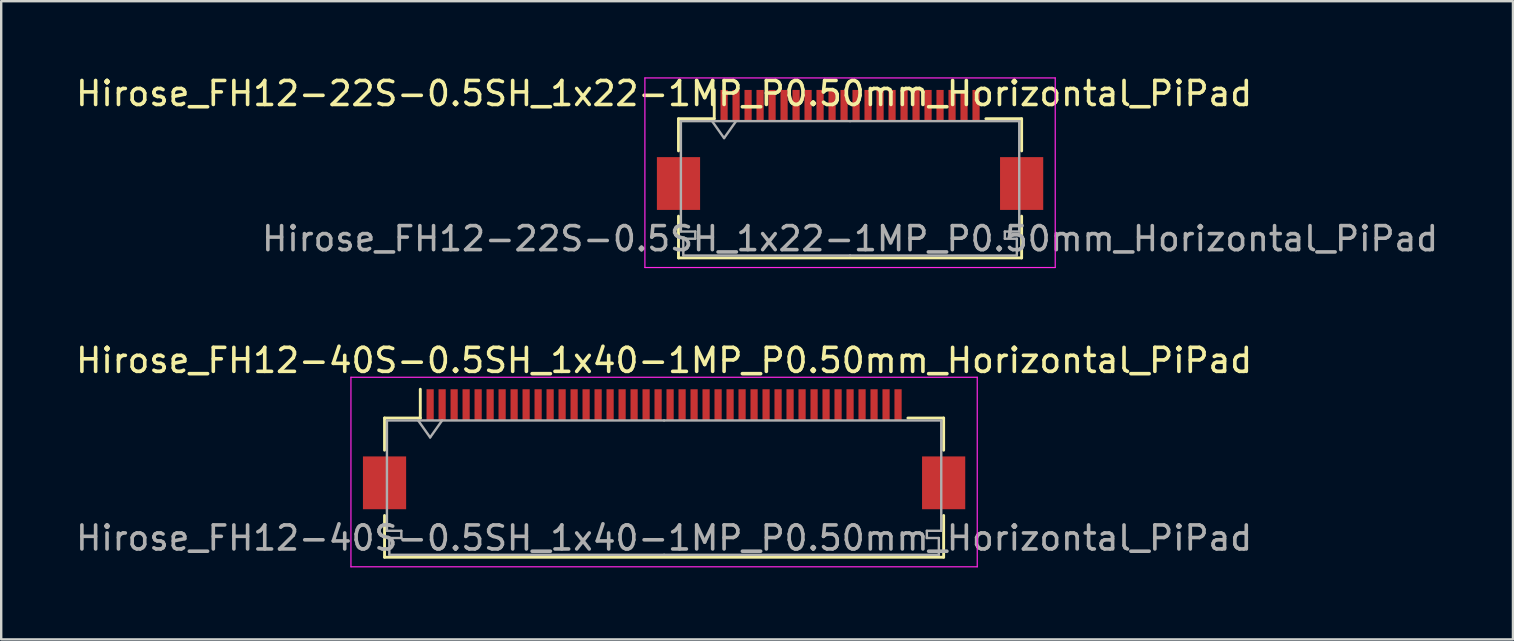
<source format=kicad_pcb>
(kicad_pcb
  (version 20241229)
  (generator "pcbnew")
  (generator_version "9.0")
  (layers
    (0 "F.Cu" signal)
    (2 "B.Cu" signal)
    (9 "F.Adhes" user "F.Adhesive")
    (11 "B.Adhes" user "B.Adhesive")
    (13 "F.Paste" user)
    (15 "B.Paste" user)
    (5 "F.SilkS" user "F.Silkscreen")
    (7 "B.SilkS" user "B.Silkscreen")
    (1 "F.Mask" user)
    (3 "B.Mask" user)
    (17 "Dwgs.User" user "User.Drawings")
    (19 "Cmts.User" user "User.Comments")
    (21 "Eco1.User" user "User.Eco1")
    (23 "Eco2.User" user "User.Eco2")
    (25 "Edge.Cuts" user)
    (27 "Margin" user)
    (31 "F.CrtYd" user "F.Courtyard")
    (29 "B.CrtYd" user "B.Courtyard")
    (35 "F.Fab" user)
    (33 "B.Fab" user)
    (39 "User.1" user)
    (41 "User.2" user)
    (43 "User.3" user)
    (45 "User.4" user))
  (footprint "Hirose_FH12-40S-0.5SH_1x40-1MP_P0.50mm_Horizontal_PiPad"
    (layer "F.Cu")
    (at 24.625 15.671)
    (property "Reference" "Hirose_FH12-40S-0.5SH_1x40-1MP_P0.50mm_Horizontal_PiPad" (at 0 -3.7 0) (layer "F.SilkS") (effects (font (size 1 1) (thickness 0.15))))
    (attr smd)
    (fp_line (start -11.65 -1.3) (end -11.65 0.04) (stroke (width 0.12) (type solid)) (layer "F.SilkS"))
    (fp_line (start -11.65 2.76) (end -11.65 4.5) (stroke (width 0.12) (type solid)) (layer "F.SilkS"))
    (fp_line (start -11.65 4.5) (end 11.65 4.5) (stroke (width 0.12) (type solid)) (layer "F.SilkS"))
    (fp_line (start -10.16 -1.3) (end -11.65 -1.3) (stroke (width 0.12) (type solid)) (layer "F.SilkS"))
    (fp_line (start -10.16 -1.3) (end -10.16 -2.5) (stroke (width 0.12) (type solid)) (layer "F.SilkS"))
    (fp_line (start 10.16 -1.3) (end 11.65 -1.3) (stroke (width 0.12) (type solid)) (layer "F.SilkS"))
    (fp_line (start 11.65 -1.3) (end 11.65 0.04) (stroke (width 0.12) (type solid)) (layer "F.SilkS"))
    (fp_line (start 11.65 4.5) (end 11.65 2.76) (stroke (width 0.12) (type solid)) (layer "F.SilkS"))
    (fp_line (start -13.05 -3) (end -13.05 4.9) (stroke (width 0.05) (type solid)) (layer "F.CrtYd"))
    (fp_line (start -13.05 4.9) (end 13.05 4.9) (stroke (width 0.05) (type solid)) (layer "F.CrtYd"))
    (fp_line (start 13.05 -3) (end -13.05 -3) (stroke (width 0.05) (type solid)) (layer "F.CrtYd"))
    (fp_line (start 13.05 4.9) (end 13.05 -3) (stroke (width 0.05) (type solid)) (layer "F.CrtYd"))
    (fp_line (start -11.55 -1.2) (end -11.55 3.4) (stroke (width 0.1) (type solid)) (layer "F.Fab"))
    (fp_line (start -11.55 3.4) (end -10.95 3.4) (stroke (width 0.1) (type solid)) (layer "F.Fab"))
    (fp_line (start -11.45 3.7) (end -11.45 4.4) (stroke (width 0.1) (type solid)) (layer "F.Fab"))
    (fp_line (start -11.45 4.4) (end 0 4.4) (stroke (width 0.1) (type solid)) (layer "F.Fab"))
    (fp_line (start -10.95 3.4) (end -10.95 3.7) (stroke (width 0.1) (type solid)) (layer "F.Fab"))
    (fp_line (start -10.95 3.7) (end -11.45 3.7) (stroke (width 0.1) (type solid)) (layer "F.Fab"))
    (fp_line (start -10.25 -1.2) (end -9.75 -0.493) (stroke (width 0.1) (type solid)) (layer "F.Fab"))
    (fp_line (start -9.75 -0.493) (end -9.25 -1.2) (stroke (width 0.1) (type solid)) (layer "F.Fab"))
    (fp_line (start 0 -1.2) (end -11.55 -1.2) (stroke (width 0.1) (type solid)) (layer "F.Fab"))
    (fp_line (start 0 -1.2) (end 11.55 -1.2) (stroke (width 0.1) (type solid)) (layer "F.Fab"))
    (fp_line (start 10.95 3.4) (end 10.95 3.7) (stroke (width 0.1) (type solid)) (layer "F.Fab"))
    (fp_line (start 10.95 3.7) (end 11.45 3.7) (stroke (width 0.1) (type solid)) (layer "F.Fab"))
    (fp_line (start 11.45 3.7) (end 11.45 4.4) (stroke (width 0.1) (type solid)) (layer "F.Fab"))
    (fp_line (start 11.45 4.4) (end 0 4.4) (stroke (width 0.1) (type solid)) (layer "F.Fab"))
    (fp_line (start 11.55 -1.2) (end 11.55 3.4) (stroke (width 0.1) (type solid)) (layer "F.Fab"))
    (fp_line (start 11.55 3.4) (end 10.95 3.4) (stroke (width 0.1) (type solid)) (layer "F.Fab"))
    (fp_text user "${REFERENCE}" (at 0 3.7 0) (layer "F.Fab") (effects (font (size 1 1) (thickness 0.15))))
    (pad "1" smd rect (at 9.75 -1.85) (size 0.3 1.3) (layers "F.Cu" "F.Mask" "F.Paste"))
    (pad "2" smd rect (at 9.25 -1.85) (size 0.3 1.3) (layers "F.Cu" "F.Mask" "F.Paste"))
    (pad "3" smd rect (at 8.75 -1.85) (size 0.3 1.3) (layers "F.Cu" "F.Mask" "F.Paste"))
    (pad "4" smd rect (at 8.25 -1.85) (size 0.3 1.3) (layers "F.Cu" "F.Mask" "F.Paste"))
    (pad "5" smd rect (at 7.75 -1.85) (size 0.3 1.3) (layers "F.Cu" "F.Mask" "F.Paste"))
    (pad "6" smd rect (at 7.25 -1.85) (size 0.3 1.3) (layers "F.Cu" "F.Mask" "F.Paste"))
    (pad "7" smd rect (at 6.75 -1.85) (size 0.3 1.3) (layers "F.Cu" "F.Mask" "F.Paste"))
    (pad "8" smd rect (at 6.25 -1.85) (size 0.3 1.3) (layers "F.Cu" "F.Mask" "F.Paste"))
    (pad "9" smd rect (at 5.75 -1.85) (size 0.3 1.3) (layers "F.Cu" "F.Mask" "F.Paste"))
    (pad "10" smd rect (at 5.25 -1.85) (size 0.3 1.3) (layers "F.Cu" "F.Mask" "F.Paste"))
    (pad "11" smd rect (at 4.75 -1.85) (size 0.3 1.3) (layers "F.Cu" "F.Mask" "F.Paste"))
    (pad "12" smd rect (at 4.25 -1.85) (size 0.3 1.3) (layers "F.Cu" "F.Mask" "F.Paste"))
    (pad "13" smd rect (at 3.75 -1.85) (size 0.3 1.3) (layers "F.Cu" "F.Mask" "F.Paste"))
    (pad "14" smd rect (at 3.25 -1.85) (size 0.3 1.3) (layers "F.Cu" "F.Mask" "F.Paste"))
    (pad "15" smd rect (at 2.75 -1.85) (size 0.3 1.3) (layers "F.Cu" "F.Mask" "F.Paste"))
    (pad "16" smd rect (at 2.25 -1.85) (size 0.3 1.3) (layers "F.Cu" "F.Mask" "F.Paste"))
    (pad "17" smd rect (at 1.75 -1.85) (size 0.3 1.3) (layers "F.Cu" "F.Mask" "F.Paste"))
    (pad "18" smd rect (at 1.25 -1.85) (size 0.3 1.3) (layers "F.Cu" "F.Mask" "F.Paste"))
    (pad "19" smd rect (at 0.75 -1.85) (size 0.3 1.3) (layers "F.Cu" "F.Mask" "F.Paste"))
    (pad "20" smd rect (at 0.25 -1.85) (size 0.3 1.3) (layers "F.Cu" "F.Mask" "F.Paste"))
    (pad "21" smd rect (at -0.25 -1.85) (size 0.3 1.3) (layers "F.Cu" "F.Mask" "F.Paste"))
    (pad "22" smd rect (at -0.75 -1.85) (size 0.3 1.3) (layers "F.Cu" "F.Mask" "F.Paste"))
    (pad "23" smd rect (at -1.25 -1.85) (size 0.3 1.3) (layers "F.Cu" "F.Mask" "F.Paste"))
    (pad "24" smd rect (at -1.75 -1.85) (size 0.3 1.3) (layers "F.Cu" "F.Mask" "F.Paste"))
    (pad "25" smd rect (at -2.25 -1.85) (size 0.3 1.3) (layers "F.Cu" "F.Mask" "F.Paste"))
    (pad "26" smd rect (at -2.75 -1.85) (size 0.3 1.3) (layers "F.Cu" "F.Mask" "F.Paste"))
    (pad "27" smd rect (at -3.25 -1.85) (size 0.3 1.3) (layers "F.Cu" "F.Mask" "F.Paste"))
    (pad "28" smd rect (at -3.75 -1.85) (size 0.3 1.3) (layers "F.Cu" "F.Mask" "F.Paste"))
    (pad "29" smd rect (at -4.25 -1.85) (size 0.3 1.3) (layers "F.Cu" "F.Mask" "F.Paste"))
    (pad "30" smd rect (at -4.75 -1.85) (size 0.3 1.3) (layers "F.Cu" "F.Mask" "F.Paste"))
    (pad "31" smd rect (at -5.25 -1.85) (size 0.3 1.3) (layers "F.Cu" "F.Mask" "F.Paste"))
    (pad "32" smd rect (at -5.75 -1.85) (size 0.3 1.3) (layers "F.Cu" "F.Mask" "F.Paste"))
    (pad "33" smd rect (at -6.25 -1.85) (size 0.3 1.3) (layers "F.Cu" "F.Mask" "F.Paste"))
    (pad "34" smd rect (at -6.75 -1.85) (size 0.3 1.3) (layers "F.Cu" "F.Mask" "F.Paste"))
    (pad "35" smd rect (at -7.25 -1.85) (size 0.3 1.3) (layers "F.Cu" "F.Mask" "F.Paste"))
    (pad "36" smd rect (at -7.75 -1.85) (size 0.3 1.3) (layers "F.Cu" "F.Mask" "F.Paste"))
    (pad "37" smd rect (at -8.25 -1.85) (size 0.3 1.3) (layers "F.Cu" "F.Mask" "F.Paste"))
    (pad "38" smd rect (at -8.75 -1.85) (size 0.3 1.3) (layers "F.Cu" "F.Mask" "F.Paste"))
    (pad "39" smd rect (at -9.25 -1.85) (size 0.3 1.3) (layers "F.Cu" "F.Mask" "F.Paste"))
    (pad "40" smd rect (at -9.75 -1.85) (size 0.3 1.3) (layers "F.Cu" "F.Mask" "F.Paste"))
    (pad "MP" smd rect (at -11.65 1.4) (size 1.8 2.2) (layers "F.Cu" "F.Mask" "F.Paste"))
    (pad "MP" smd rect (at 11.65 1.4) (size 1.8 2.2) (layers "F.Cu" "F.Mask" "F.Paste")))
  (footprint "Hirose_FH12-22S-0.5SH_1x22-1MP_P0.50mm_Horizontal_PiPad"
    (layer "F.Cu")
    (at 32.375 3.198)
    (property "Reference" "Hirose_FH12-22S-0.5SH_1x22-1MP_P0.50mm_Horizontal_PiPad" (at -7.75 -2.35 0) (layer "F.SilkS") (effects (font (size 1 1) (thickness 0.15))))
    (attr smd)
    (fp_line (start -7.15 -1.3) (end -7.15 0.04) (stroke (width 0.12) (type solid)) (layer "F.SilkS"))
    (fp_line (start -7.15 2.76) (end -7.15 4.5) (stroke (width 0.12) (type solid)) (layer "F.SilkS"))
    (fp_line (start -7.15 4.5) (end 7.15 4.5) (stroke (width 0.12) (type solid)) (layer "F.SilkS"))
    (fp_line (start -5.66 -1.3) (end -7.15 -1.3) (stroke (width 0.12) (type solid)) (layer "F.SilkS"))
    (fp_line (start -5.66 -1.3) (end -5.66 -2.5) (stroke (width 0.12) (type solid)) (layer "F.SilkS"))
    (fp_line (start 5.66 -1.3) (end 7.15 -1.3) (stroke (width 0.12) (type solid)) (layer "F.SilkS"))
    (fp_line (start 7.15 -1.3) (end 7.15 0.04) (stroke (width 0.12) (type solid)) (layer "F.SilkS"))
    (fp_line (start 7.15 4.5) (end 7.15 2.76) (stroke (width 0.12) (type solid)) (layer "F.SilkS"))
    (fp_line (start -8.55 -3) (end -8.55 4.9) (stroke (width 0.05) (type solid)) (layer "F.CrtYd"))
    (fp_line (start -8.55 4.9) (end 8.55 4.9) (stroke (width 0.05) (type solid)) (layer "F.CrtYd"))
    (fp_line (start 8.55 -3) (end -8.55 -3) (stroke (width 0.05) (type solid)) (layer "F.CrtYd"))
    (fp_line (start 8.55 4.9) (end 8.55 -3) (stroke (width 0.05) (type solid)) (layer "F.CrtYd"))
    (fp_line (start -7.05 -1.2) (end -7.05 3.4) (stroke (width 0.1) (type solid)) (layer "F.Fab"))
    (fp_line (start -7.05 3.4) (end -6.45 3.4) (stroke (width 0.1) (type solid)) (layer "F.Fab"))
    (fp_line (start -6.95 3.7) (end -6.95 4.4) (stroke (width 0.1) (type solid)) (layer "F.Fab"))
    (fp_line (start -6.95 4.4) (end 0 4.4) (stroke (width 0.1) (type solid)) (layer "F.Fab"))
    (fp_line (start -6.45 3.4) (end -6.45 3.7) (stroke (width 0.1) (type solid)) (layer "F.Fab"))
    (fp_line (start -6.45 3.7) (end -6.95 3.7) (stroke (width 0.1) (type solid)) (layer "F.Fab"))
    (fp_line (start -5.75 -1.2) (end -5.25 -0.493) (stroke (width 0.1) (type solid)) (layer "F.Fab"))
    (fp_line (start -5.25 -0.493) (end -4.75 -1.2) (stroke (width 0.1) (type solid)) (layer "F.Fab"))
    (fp_line (start 0 -1.2) (end -7.05 -1.2) (stroke (width 0.1) (type solid)) (layer "F.Fab"))
    (fp_line (start 0 -1.2) (end 7.05 -1.2) (stroke (width 0.1) (type solid)) (layer "F.Fab"))
    (fp_line (start 6.45 3.4) (end 6.45 3.7) (stroke (width 0.1) (type solid)) (layer "F.Fab"))
    (fp_line (start 6.45 3.7) (end 6.95 3.7) (stroke (width 0.1) (type solid)) (layer "F.Fab"))
    (fp_line (start 6.95 3.7) (end 6.95 4.4) (stroke (width 0.1) (type solid)) (layer "F.Fab"))
    (fp_line (start 6.95 4.4) (end 0 4.4) (stroke (width 0.1) (type solid)) (layer "F.Fab"))
    (fp_line (start 7.05 -1.2) (end 7.05 3.4) (stroke (width 0.1) (type solid)) (layer "F.Fab"))
    (fp_line (start 7.05 3.4) (end 6.45 3.4) (stroke (width 0.1) (type solid)) (layer "F.Fab"))
    (fp_text user "${REFERENCE}" (at 0 3.7 0) (layer "F.Fab") (effects (font (size 1 1) (thickness 0.15))))
    (pad "1" smd rect (at 5.25 -1.85) (size 0.3 1.3) (layers "F.Cu" "F.Mask" "F.Paste"))
    (pad "2" smd rect (at 4.75 -1.85) (size 0.3 1.3) (layers "F.Cu" "F.Mask" "F.Paste"))
    (pad "3" smd rect (at 4.25 -1.85) (size 0.3 1.3) (layers "F.Cu" "F.Mask" "F.Paste"))
    (pad "4" smd rect (at 3.75 -1.85) (size 0.3 1.3) (layers "F.Cu" "F.Mask" "F.Paste"))
    (pad "5" smd rect (at 3.25 -1.85) (size 0.3 1.3) (layers "F.Cu" "F.Mask" "F.Paste"))
    (pad "6" smd rect (at 2.75 -1.85) (size 0.3 1.3) (layers "F.Cu" "F.Mask" "F.Paste"))
    (pad "7" smd rect (at 2.25 -1.85) (size 0.3 1.3) (layers "F.Cu" "F.Mask" "F.Paste"))
    (pad "8" smd rect (at 1.75 -1.85) (size 0.3 1.3) (layers "F.Cu" "F.Mask" "F.Paste"))
    (pad "9" smd rect (at 1.25 -1.85) (size 0.3 1.3) (layers "F.Cu" "F.Mask" "F.Paste"))
    (pad "10" smd rect (at 0.75 -1.85) (size 0.3 1.3) (layers "F.Cu" "F.Mask" "F.Paste"))
    (pad "11" smd rect (at 0.25 -1.85) (size 0.3 1.3) (layers "F.Cu" "F.Mask" "F.Paste"))
    (pad "12" smd rect (at -0.25 -1.85) (size 0.3 1.3) (layers "F.Cu" "F.Mask" "F.Paste"))
    (pad "13" smd rect (at -0.75 -1.85) (size 0.3 1.3) (layers "F.Cu" "F.Mask" "F.Paste"))
    (pad "14" smd rect (at -1.25 -1.85) (size 0.3 1.3) (layers "F.Cu" "F.Mask" "F.Paste"))
    (pad "15" smd rect (at -1.75 -1.85) (size 0.3 1.3) (layers "F.Cu" "F.Mask" "F.Paste"))
    (pad "16" smd rect (at -2.25 -1.85) (size 0.3 1.3) (layers "F.Cu" "F.Mask" "F.Paste"))
    (pad "17" smd rect (at -2.75 -1.85) (size 0.3 1.3) (layers "F.Cu" "F.Mask" "F.Paste"))
    (pad "18" smd rect (at -3.25 -1.85) (size 0.3 1.3) (layers "F.Cu" "F.Mask" "F.Paste"))
    (pad "19" smd rect (at -3.75 -1.85) (size 0.3 1.3) (layers "F.Cu" "F.Mask" "F.Paste"))
    (pad "20" smd rect (at -4.25 -1.85) (size 0.3 1.3) (layers "F.Cu" "F.Mask" "F.Paste"))
    (pad "21" smd rect (at -4.75 -1.85) (size 0.3 1.3) (layers "F.Cu" "F.Mask" "F.Paste"))
    (pad "22" smd rect (at -5.25 -1.85) (size 0.3 1.3) (layers "F.Cu" "F.Mask" "F.Paste"))
    (pad "MP" smd rect (at -7.15 1.4) (size 1.8 2.2) (layers "F.Cu" "F.Mask" "F.Paste"))
    (pad "MP" smd rect (at 7.15 1.4) (size 1.8 2.2) (layers "F.Cu" "F.Mask" "F.Paste")))
  (gr_rect
    (start -3 -3)
    (end 60 23.596)
    (stroke (width 0.1) (type default))
    (fill no)
    (layer "Edge.Cuts")))
</source>
